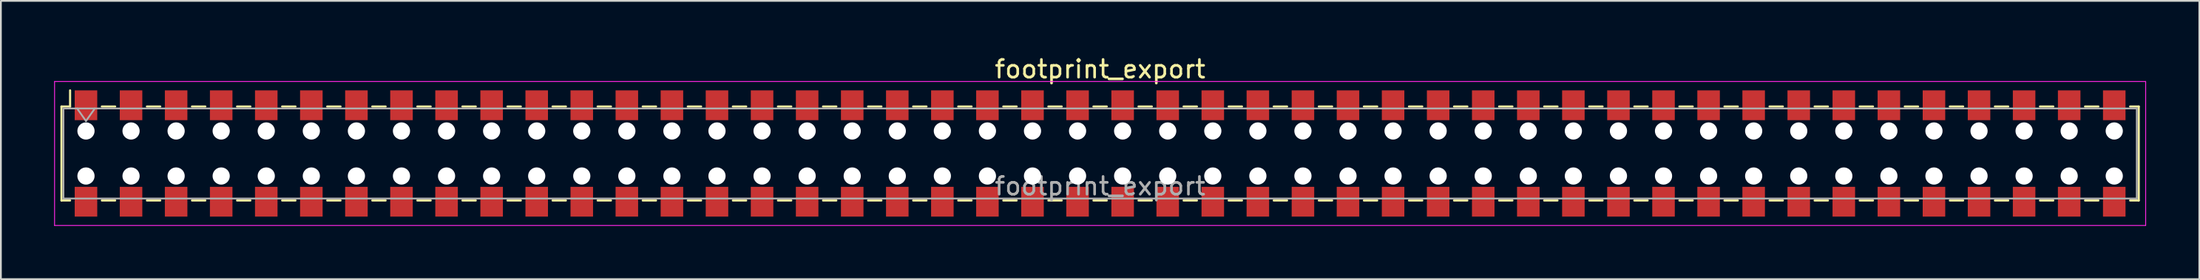
<source format=kicad_pcb>
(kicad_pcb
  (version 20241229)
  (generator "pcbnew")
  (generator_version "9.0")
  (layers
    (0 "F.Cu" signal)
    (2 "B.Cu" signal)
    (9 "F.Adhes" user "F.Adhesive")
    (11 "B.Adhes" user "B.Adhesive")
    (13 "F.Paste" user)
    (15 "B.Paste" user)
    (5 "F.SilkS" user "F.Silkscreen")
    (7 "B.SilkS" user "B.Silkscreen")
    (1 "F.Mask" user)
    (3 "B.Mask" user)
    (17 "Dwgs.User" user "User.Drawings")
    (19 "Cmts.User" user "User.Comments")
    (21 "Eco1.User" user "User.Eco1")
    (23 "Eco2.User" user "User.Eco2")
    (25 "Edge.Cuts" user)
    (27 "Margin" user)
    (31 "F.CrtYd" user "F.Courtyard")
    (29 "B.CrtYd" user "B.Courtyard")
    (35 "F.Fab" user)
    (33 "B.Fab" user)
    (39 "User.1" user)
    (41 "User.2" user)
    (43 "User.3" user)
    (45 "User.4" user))
  (footprint "footprint_export"
    (layer "F.Cu")
    (at 58.945 5.608)
    (property "Reference" "footprint_export" (at 0 -4.76 0) (layer "F.SilkS") (effects (font (size 1 1) (thickness 0.15))))
    (attr smd)
    (fp_line (start -58.53 -2.65) (end -58.53 2.65) (stroke (width 0.12) (type solid)) (layer "F.SilkS"))
    (fp_line (start -58.53 2.65) (end -58.045 2.65) (stroke (width 0.12) (type solid)) (layer "F.SilkS"))
    (fp_line (start -58.045 -3.56) (end -58.045 -2.65) (stroke (width 0.12) (type solid)) (layer "F.SilkS"))
    (fp_line (start -58.045 -2.65) (end -58.53 -2.65) (stroke (width 0.12) (type solid)) (layer "F.SilkS"))
    (fp_line (start -56.255 -2.65) (end -55.505 -2.65) (stroke (width 0.12) (type solid)) (layer "F.SilkS"))
    (fp_line (start -56.255 2.65) (end -55.505 2.65) (stroke (width 0.12) (type solid)) (layer "F.SilkS"))
    (fp_line (start -53.715 -2.65) (end -52.965 -2.65) (stroke (width 0.12) (type solid)) (layer "F.SilkS"))
    (fp_line (start -53.715 2.65) (end -52.965 2.65) (stroke (width 0.12) (type solid)) (layer "F.SilkS"))
    (fp_line (start -51.175 -2.65) (end -50.425 -2.65) (stroke (width 0.12) (type solid)) (layer "F.SilkS"))
    (fp_line (start -51.175 2.65) (end -50.425 2.65) (stroke (width 0.12) (type solid)) (layer "F.SilkS"))
    (fp_line (start -48.635 -2.65) (end -47.885 -2.65) (stroke (width 0.12) (type solid)) (layer "F.SilkS"))
    (fp_line (start -48.635 2.65) (end -47.885 2.65) (stroke (width 0.12) (type solid)) (layer "F.SilkS"))
    (fp_line (start -46.095 -2.65) (end -45.345 -2.65) (stroke (width 0.12) (type solid)) (layer "F.SilkS"))
    (fp_line (start -46.095 2.65) (end -45.345 2.65) (stroke (width 0.12) (type solid)) (layer "F.SilkS"))
    (fp_line (start -43.555 -2.65) (end -42.805 -2.65) (stroke (width 0.12) (type solid)) (layer "F.SilkS"))
    (fp_line (start -43.555 2.65) (end -42.805 2.65) (stroke (width 0.12) (type solid)) (layer "F.SilkS"))
    (fp_line (start -41.015 -2.65) (end -40.265 -2.65) (stroke (width 0.12) (type solid)) (layer "F.SilkS"))
    (fp_line (start -41.015 2.65) (end -40.265 2.65) (stroke (width 0.12) (type solid)) (layer "F.SilkS"))
    (fp_line (start -38.475 -2.65) (end -37.725 -2.65) (stroke (width 0.12) (type solid)) (layer "F.SilkS"))
    (fp_line (start -38.475 2.65) (end -37.725 2.65) (stroke (width 0.12) (type solid)) (layer "F.SilkS"))
    (fp_line (start -35.935 -2.65) (end -35.185 -2.65) (stroke (width 0.12) (type solid)) (layer "F.SilkS"))
    (fp_line (start -35.935 2.65) (end -35.185 2.65) (stroke (width 0.12) (type solid)) (layer "F.SilkS"))
    (fp_line (start -33.395 -2.65) (end -32.645 -2.65) (stroke (width 0.12) (type solid)) (layer "F.SilkS"))
    (fp_line (start -33.395 2.65) (end -32.645 2.65) (stroke (width 0.12) (type solid)) (layer "F.SilkS"))
    (fp_line (start -30.855 -2.65) (end -30.105 -2.65) (stroke (width 0.12) (type solid)) (layer "F.SilkS"))
    (fp_line (start -30.855 2.65) (end -30.105 2.65) (stroke (width 0.12) (type solid)) (layer "F.SilkS"))
    (fp_line (start -28.315 -2.65) (end -27.565 -2.65) (stroke (width 0.12) (type solid)) (layer "F.SilkS"))
    (fp_line (start -28.315 2.65) (end -27.565 2.65) (stroke (width 0.12) (type solid)) (layer "F.SilkS"))
    (fp_line (start -25.775 -2.65) (end -25.025 -2.65) (stroke (width 0.12) (type solid)) (layer "F.SilkS"))
    (fp_line (start -25.775 2.65) (end -25.025 2.65) (stroke (width 0.12) (type solid)) (layer "F.SilkS"))
    (fp_line (start -23.235 -2.65) (end -22.485 -2.65) (stroke (width 0.12) (type solid)) (layer "F.SilkS"))
    (fp_line (start -23.235 2.65) (end -22.485 2.65) (stroke (width 0.12) (type solid)) (layer "F.SilkS"))
    (fp_line (start -20.695 -2.65) (end -19.945 -2.65) (stroke (width 0.12) (type solid)) (layer "F.SilkS"))
    (fp_line (start -20.695 2.65) (end -19.945 2.65) (stroke (width 0.12) (type solid)) (layer "F.SilkS"))
    (fp_line (start -18.155 -2.65) (end -17.405 -2.65) (stroke (width 0.12) (type solid)) (layer "F.SilkS"))
    (fp_line (start -18.155 2.65) (end -17.405 2.65) (stroke (width 0.12) (type solid)) (layer "F.SilkS"))
    (fp_line (start -15.615 -2.65) (end -14.865 -2.65) (stroke (width 0.12) (type solid)) (layer "F.SilkS"))
    (fp_line (start -15.615 2.65) (end -14.865 2.65) (stroke (width 0.12) (type solid)) (layer "F.SilkS"))
    (fp_line (start -13.075 -2.65) (end -12.325 -2.65) (stroke (width 0.12) (type solid)) (layer "F.SilkS"))
    (fp_line (start -13.075 2.65) (end -12.325 2.65) (stroke (width 0.12) (type solid)) (layer "F.SilkS"))
    (fp_line (start -10.535 -2.65) (end -9.785 -2.65) (stroke (width 0.12) (type solid)) (layer "F.SilkS"))
    (fp_line (start -10.535 2.65) (end -9.785 2.65) (stroke (width 0.12) (type solid)) (layer "F.SilkS"))
    (fp_line (start -7.995 -2.65) (end -7.245 -2.65) (stroke (width 0.12) (type solid)) (layer "F.SilkS"))
    (fp_line (start -7.995 2.65) (end -7.245 2.65) (stroke (width 0.12) (type solid)) (layer "F.SilkS"))
    (fp_line (start -5.455 -2.65) (end -4.705 -2.65) (stroke (width 0.12) (type solid)) (layer "F.SilkS"))
    (fp_line (start -5.455 2.65) (end -4.705 2.65) (stroke (width 0.12) (type solid)) (layer "F.SilkS"))
    (fp_line (start -2.915 -2.65) (end -2.165 -2.65) (stroke (width 0.12) (type solid)) (layer "F.SilkS"))
    (fp_line (start -2.915 2.65) (end -2.165 2.65) (stroke (width 0.12) (type solid)) (layer "F.SilkS"))
    (fp_line (start -0.375 -2.65) (end 0.375 -2.65) (stroke (width 0.12) (type solid)) (layer "F.SilkS"))
    (fp_line (start -0.375 2.65) (end 0.375 2.65) (stroke (width 0.12) (type solid)) (layer "F.SilkS"))
    (fp_line (start 2.165 -2.65) (end 2.915 -2.65) (stroke (width 0.12) (type solid)) (layer "F.SilkS"))
    (fp_line (start 2.165 2.65) (end 2.915 2.65) (stroke (width 0.12) (type solid)) (layer "F.SilkS"))
    (fp_line (start 4.705 -2.65) (end 5.455 -2.65) (stroke (width 0.12) (type solid)) (layer "F.SilkS"))
    (fp_line (start 4.705 2.65) (end 5.455 2.65) (stroke (width 0.12) (type solid)) (layer "F.SilkS"))
    (fp_line (start 7.245 -2.65) (end 7.995 -2.65) (stroke (width 0.12) (type solid)) (layer "F.SilkS"))
    (fp_line (start 7.245 2.65) (end 7.995 2.65) (stroke (width 0.12) (type solid)) (layer "F.SilkS"))
    (fp_line (start 9.785 -2.65) (end 10.535 -2.65) (stroke (width 0.12) (type solid)) (layer "F.SilkS"))
    (fp_line (start 9.785 2.65) (end 10.535 2.65) (stroke (width 0.12) (type solid)) (layer "F.SilkS"))
    (fp_line (start 12.325 -2.65) (end 13.075 -2.65) (stroke (width 0.12) (type solid)) (layer "F.SilkS"))
    (fp_line (start 12.325 2.65) (end 13.075 2.65) (stroke (width 0.12) (type solid)) (layer "F.SilkS"))
    (fp_line (start 14.865 -2.65) (end 15.615 -2.65) (stroke (width 0.12) (type solid)) (layer "F.SilkS"))
    (fp_line (start 14.865 2.65) (end 15.615 2.65) (stroke (width 0.12) (type solid)) (layer "F.SilkS"))
    (fp_line (start 17.405 -2.65) (end 18.155 -2.65) (stroke (width 0.12) (type solid)) (layer "F.SilkS"))
    (fp_line (start 17.405 2.65) (end 18.155 2.65) (stroke (width 0.12) (type solid)) (layer "F.SilkS"))
    (fp_line (start 19.945 -2.65) (end 20.695 -2.65) (stroke (width 0.12) (type solid)) (layer "F.SilkS"))
    (fp_line (start 19.945 2.65) (end 20.695 2.65) (stroke (width 0.12) (type solid)) (layer "F.SilkS"))
    (fp_line (start 22.485 -2.65) (end 23.235 -2.65) (stroke (width 0.12) (type solid)) (layer "F.SilkS"))
    (fp_line (start 22.485 2.65) (end 23.235 2.65) (stroke (width 0.12) (type solid)) (layer "F.SilkS"))
    (fp_line (start 25.025 -2.65) (end 25.775 -2.65) (stroke (width 0.12) (type solid)) (layer "F.SilkS"))
    (fp_line (start 25.025 2.65) (end 25.775 2.65) (stroke (width 0.12) (type solid)) (layer "F.SilkS"))
    (fp_line (start 27.565 -2.65) (end 28.315 -2.65) (stroke (width 0.12) (type solid)) (layer "F.SilkS"))
    (fp_line (start 27.565 2.65) (end 28.315 2.65) (stroke (width 0.12) (type solid)) (layer "F.SilkS"))
    (fp_line (start 30.105 -2.65) (end 30.855 -2.65) (stroke (width 0.12) (type solid)) (layer "F.SilkS"))
    (fp_line (start 30.105 2.65) (end 30.855 2.65) (stroke (width 0.12) (type solid)) (layer "F.SilkS"))
    (fp_line (start 32.645 -2.65) (end 33.395 -2.65) (stroke (width 0.12) (type solid)) (layer "F.SilkS"))
    (fp_line (start 32.645 2.65) (end 33.395 2.65) (stroke (width 0.12) (type solid)) (layer "F.SilkS"))
    (fp_line (start 35.185 -2.65) (end 35.935 -2.65) (stroke (width 0.12) (type solid)) (layer "F.SilkS"))
    (fp_line (start 35.185 2.65) (end 35.935 2.65) (stroke (width 0.12) (type solid)) (layer "F.SilkS"))
    (fp_line (start 37.725 -2.65) (end 38.475 -2.65) (stroke (width 0.12) (type solid)) (layer "F.SilkS"))
    (fp_line (start 37.725 2.65) (end 38.475 2.65) (stroke (width 0.12) (type solid)) (layer "F.SilkS"))
    (fp_line (start 40.265 -2.65) (end 41.015 -2.65) (stroke (width 0.12) (type solid)) (layer "F.SilkS"))
    (fp_line (start 40.265 2.65) (end 41.015 2.65) (stroke (width 0.12) (type solid)) (layer "F.SilkS"))
    (fp_line (start 42.805 -2.65) (end 43.555 -2.65) (stroke (width 0.12) (type solid)) (layer "F.SilkS"))
    (fp_line (start 42.805 2.65) (end 43.555 2.65) (stroke (width 0.12) (type solid)) (layer "F.SilkS"))
    (fp_line (start 45.345 -2.65) (end 46.095 -2.65) (stroke (width 0.12) (type solid)) (layer "F.SilkS"))
    (fp_line (start 45.345 2.65) (end 46.095 2.65) (stroke (width 0.12) (type solid)) (layer "F.SilkS"))
    (fp_line (start 47.885 -2.65) (end 48.635 -2.65) (stroke (width 0.12) (type solid)) (layer "F.SilkS"))
    (fp_line (start 47.885 2.65) (end 48.635 2.65) (stroke (width 0.12) (type solid)) (layer "F.SilkS"))
    (fp_line (start 50.425 -2.65) (end 51.175 -2.65) (stroke (width 0.12) (type solid)) (layer "F.SilkS"))
    (fp_line (start 50.425 2.65) (end 51.175 2.65) (stroke (width 0.12) (type solid)) (layer "F.SilkS"))
    (fp_line (start 52.965 -2.65) (end 53.715 -2.65) (stroke (width 0.12) (type solid)) (layer "F.SilkS"))
    (fp_line (start 52.965 2.65) (end 53.715 2.65) (stroke (width 0.12) (type solid)) (layer "F.SilkS"))
    (fp_line (start 55.505 -2.65) (end 56.255 -2.65) (stroke (width 0.12) (type solid)) (layer "F.SilkS"))
    (fp_line (start 55.505 2.65) (end 56.255 2.65) (stroke (width 0.12) (type solid)) (layer "F.SilkS"))
    (fp_line (start 58.045 -2.65) (end 58.53 -2.65) (stroke (width 0.12) (type solid)) (layer "F.SilkS"))
    (fp_line (start 58.53 -2.65) (end 58.53 2.65) (stroke (width 0.12) (type solid)) (layer "F.SilkS"))
    (fp_line (start 58.53 2.65) (end 58.045 2.65) (stroke (width 0.12) (type solid)) (layer "F.SilkS"))
    (fp_line (start -58.92 -4.06) (end 58.92 -4.06) (stroke (width 0.05) (type solid)) (layer "F.CrtYd"))
    (fp_line (start -58.92 4.06) (end -58.92 -4.06) (stroke (width 0.05) (type solid)) (layer "F.CrtYd"))
    (fp_line (start 58.92 -4.06) (end 58.92 4.06) (stroke (width 0.05) (type solid)) (layer "F.CrtYd"))
    (fp_line (start 58.92 4.06) (end -58.92 4.06) (stroke (width 0.05) (type solid)) (layer "F.CrtYd"))
    (fp_line (start -58.42 -2.54) (end 58.42 -2.54) (stroke (width 0.1) (type solid)) (layer "F.Fab"))
    (fp_line (start -58.42 2.54) (end -58.42 -2.54) (stroke (width 0.1) (type solid)) (layer "F.Fab"))
    (fp_line (start -57.65 -2.54) (end -57.15 -1.833) (stroke (width 0.1) (type solid)) (layer "F.Fab"))
    (fp_line (start -57.15 -1.833) (end -56.65 -2.54) (stroke (width 0.1) (type solid)) (layer "F.Fab"))
    (fp_line (start 58.42 -2.54) (end 58.42 2.54) (stroke (width 0.1) (type solid)) (layer "F.Fab"))
    (fp_line (start 58.42 2.54) (end -58.42 2.54) (stroke (width 0.1) (type solid)) (layer "F.Fab"))
    (fp_text user "${REFERENCE}" (at 0 1.84 0) (layer "F.Fab") (effects (font (size 1 1) (thickness 0.15))))
    (pad "" np_thru_hole circle (at -57.15 -1.27) (size 0.97 0.97) (drill 0.97) (layers "*.Cu" "*.Mask"))
    (pad "" np_thru_hole circle (at -57.15 1.27) (size 0.97 0.97) (drill 0.97) (layers "*.Cu" "*.Mask"))
    (pad "" np_thru_hole circle (at -54.61 -1.27) (size 0.97 0.97) (drill 0.97) (layers "*.Cu" "*.Mask"))
    (pad "" np_thru_hole circle (at -54.61 1.27) (size 0.97 0.97) (drill 0.97) (layers "*.Cu" "*.Mask"))
    (pad "" np_thru_hole circle (at -52.07 -1.27) (size 0.97 0.97) (drill 0.97) (layers "*.Cu" "*.Mask"))
    (pad "" np_thru_hole circle (at -52.07 1.27) (size 0.97 0.97) (drill 0.97) (layers "*.Cu" "*.Mask"))
    (pad "" np_thru_hole circle (at -49.53 -1.27) (size 0.97 0.97) (drill 0.97) (layers "*.Cu" "*.Mask"))
    (pad "" np_thru_hole circle (at -49.53 1.27) (size 0.97 0.97) (drill 0.97) (layers "*.Cu" "*.Mask"))
    (pad "" np_thru_hole circle (at -46.99 -1.27) (size 0.97 0.97) (drill 0.97) (layers "*.Cu" "*.Mask"))
    (pad "" np_thru_hole circle (at -46.99 1.27) (size 0.97 0.97) (drill 0.97) (layers "*.Cu" "*.Mask"))
    (pad "" np_thru_hole circle (at -44.45 -1.27) (size 0.97 0.97) (drill 0.97) (layers "*.Cu" "*.Mask"))
    (pad "" np_thru_hole circle (at -44.45 1.27) (size 0.97 0.97) (drill 0.97) (layers "*.Cu" "*.Mask"))
    (pad "" np_thru_hole circle (at -41.91 -1.27) (size 0.97 0.97) (drill 0.97) (layers "*.Cu" "*.Mask"))
    (pad "" np_thru_hole circle (at -41.91 1.27) (size 0.97 0.97) (drill 0.97) (layers "*.Cu" "*.Mask"))
    (pad "" np_thru_hole circle (at -39.37 -1.27) (size 0.97 0.97) (drill 0.97) (layers "*.Cu" "*.Mask"))
    (pad "" np_thru_hole circle (at -39.37 1.27) (size 0.97 0.97) (drill 0.97) (layers "*.Cu" "*.Mask"))
    (pad "" np_thru_hole circle (at -36.83 -1.27) (size 0.97 0.97) (drill 0.97) (layers "*.Cu" "*.Mask"))
    (pad "" np_thru_hole circle (at -36.83 1.27) (size 0.97 0.97) (drill 0.97) (layers "*.Cu" "*.Mask"))
    (pad "" np_thru_hole circle (at -34.29 -1.27) (size 0.97 0.97) (drill 0.97) (layers "*.Cu" "*.Mask"))
    (pad "" np_thru_hole circle (at -34.29 1.27) (size 0.97 0.97) (drill 0.97) (layers "*.Cu" "*.Mask"))
    (pad "" np_thru_hole circle (at -31.75 -1.27) (size 0.97 0.97) (drill 0.97) (layers "*.Cu" "*.Mask"))
    (pad "" np_thru_hole circle (at -31.75 1.27) (size 0.97 0.97) (drill 0.97) (layers "*.Cu" "*.Mask"))
    (pad "" np_thru_hole circle (at -29.21 -1.27) (size 0.97 0.97) (drill 0.97) (layers "*.Cu" "*.Mask"))
    (pad "" np_thru_hole circle (at -29.21 1.27) (size 0.97 0.97) (drill 0.97) (layers "*.Cu" "*.Mask"))
    (pad "" np_thru_hole circle (at -26.67 -1.27) (size 0.97 0.97) (drill 0.97) (layers "*.Cu" "*.Mask"))
    (pad "" np_thru_hole circle (at -26.67 1.27) (size 0.97 0.97) (drill 0.97) (layers "*.Cu" "*.Mask"))
    (pad "" np_thru_hole circle (at -24.13 -1.27) (size 0.97 0.97) (drill 0.97) (layers "*.Cu" "*.Mask"))
    (pad "" np_thru_hole circle (at -24.13 1.27) (size 0.97 0.97) (drill 0.97) (layers "*.Cu" "*.Mask"))
    (pad "" np_thru_hole circle (at -21.59 -1.27) (size 0.97 0.97) (drill 0.97) (layers "*.Cu" "*.Mask"))
    (pad "" np_thru_hole circle (at -21.59 1.27) (size 0.97 0.97) (drill 0.97) (layers "*.Cu" "*.Mask"))
    (pad "" np_thru_hole circle (at -19.05 -1.27) (size 0.97 0.97) (drill 0.97) (layers "*.Cu" "*.Mask"))
    (pad "" np_thru_hole circle (at -19.05 1.27) (size 0.97 0.97) (drill 0.97) (layers "*.Cu" "*.Mask"))
    (pad "" np_thru_hole circle (at -16.51 -1.27) (size 0.97 0.97) (drill 0.97) (layers "*.Cu" "*.Mask"))
    (pad "" np_thru_hole circle (at -16.51 1.27) (size 0.97 0.97) (drill 0.97) (layers "*.Cu" "*.Mask"))
    (pad "" np_thru_hole circle (at -13.97 -1.27) (size 0.97 0.97) (drill 0.97) (layers "*.Cu" "*.Mask"))
    (pad "" np_thru_hole circle (at -13.97 1.27) (size 0.97 0.97) (drill 0.97) (layers "*.Cu" "*.Mask"))
    (pad "" np_thru_hole circle (at -11.43 -1.27) (size 0.97 0.97) (drill 0.97) (layers "*.Cu" "*.Mask"))
    (pad "" np_thru_hole circle (at -11.43 1.27) (size 0.97 0.97) (drill 0.97) (layers "*.Cu" "*.Mask"))
    (pad "" np_thru_hole circle (at -8.89 -1.27) (size 0.97 0.97) (drill 0.97) (layers "*.Cu" "*.Mask"))
    (pad "" np_thru_hole circle (at -8.89 1.27) (size 0.97 0.97) (drill 0.97) (layers "*.Cu" "*.Mask"))
    (pad "" np_thru_hole circle (at -6.35 -1.27) (size 0.97 0.97) (drill 0.97) (layers "*.Cu" "*.Mask"))
    (pad "" np_thru_hole circle (at -6.35 1.27) (size 0.97 0.97) (drill 0.97) (layers "*.Cu" "*.Mask"))
    (pad "" np_thru_hole circle (at -3.81 -1.27) (size 0.97 0.97) (drill 0.97) (layers "*.Cu" "*.Mask"))
    (pad "" np_thru_hole circle (at -3.81 1.27) (size 0.97 0.97) (drill 0.97) (layers "*.Cu" "*.Mask"))
    (pad "" np_thru_hole circle (at -1.27 -1.27) (size 0.97 0.97) (drill 0.97) (layers "*.Cu" "*.Mask"))
    (pad "" np_thru_hole circle (at -1.27 1.27) (size 0.97 0.97) (drill 0.97) (layers "*.Cu" "*.Mask"))
    (pad "" np_thru_hole circle (at 1.27 -1.27) (size 0.97 0.97) (drill 0.97) (layers "*.Cu" "*.Mask"))
    (pad "" np_thru_hole circle (at 1.27 1.27) (size 0.97 0.97) (drill 0.97) (layers "*.Cu" "*.Mask"))
    (pad "" np_thru_hole circle (at 3.81 -1.27) (size 0.97 0.97) (drill 0.97) (layers "*.Cu" "*.Mask"))
    (pad "" np_thru_hole circle (at 3.81 1.27) (size 0.97 0.97) (drill 0.97) (layers "*.Cu" "*.Mask"))
    (pad "" np_thru_hole circle (at 6.35 -1.27) (size 0.97 0.97) (drill 0.97) (layers "*.Cu" "*.Mask"))
    (pad "" np_thru_hole circle (at 6.35 1.27) (size 0.97 0.97) (drill 0.97) (layers "*.Cu" "*.Mask"))
    (pad "" np_thru_hole circle (at 8.89 -1.27) (size 0.97 0.97) (drill 0.97) (layers "*.Cu" "*.Mask"))
    (pad "" np_thru_hole circle (at 8.89 1.27) (size 0.97 0.97) (drill 0.97) (layers "*.Cu" "*.Mask"))
    (pad "" np_thru_hole circle (at 11.43 -1.27) (size 0.97 0.97) (drill 0.97) (layers "*.Cu" "*.Mask"))
    (pad "" np_thru_hole circle (at 11.43 1.27) (size 0.97 0.97) (drill 0.97) (layers "*.Cu" "*.Mask"))
    (pad "" np_thru_hole circle (at 13.97 -1.27) (size 0.97 0.97) (drill 0.97) (layers "*.Cu" "*.Mask"))
    (pad "" np_thru_hole circle (at 13.97 1.27) (size 0.97 0.97) (drill 0.97) (layers "*.Cu" "*.Mask"))
    (pad "" np_thru_hole circle (at 16.51 -1.27) (size 0.97 0.97) (drill 0.97) (layers "*.Cu" "*.Mask"))
    (pad "" np_thru_hole circle (at 16.51 1.27) (size 0.97 0.97) (drill 0.97) (layers "*.Cu" "*.Mask"))
    (pad "" np_thru_hole circle (at 19.05 -1.27) (size 0.97 0.97) (drill 0.97) (layers "*.Cu" "*.Mask"))
    (pad "" np_thru_hole circle (at 19.05 1.27) (size 0.97 0.97) (drill 0.97) (layers "*.Cu" "*.Mask"))
    (pad "" np_thru_hole circle (at 21.59 -1.27) (size 0.97 0.97) (drill 0.97) (layers "*.Cu" "*.Mask"))
    (pad "" np_thru_hole circle (at 21.59 1.27) (size 0.97 0.97) (drill 0.97) (layers "*.Cu" "*.Mask"))
    (pad "" np_thru_hole circle (at 24.13 -1.27) (size 0.97 0.97) (drill 0.97) (layers "*.Cu" "*.Mask"))
    (pad "" np_thru_hole circle (at 24.13 1.27) (size 0.97 0.97) (drill 0.97) (layers "*.Cu" "*.Mask"))
    (pad "" np_thru_hole circle (at 26.67 -1.27) (size 0.97 0.97) (drill 0.97) (layers "*.Cu" "*.Mask"))
    (pad "" np_thru_hole circle (at 26.67 1.27) (size 0.97 0.97) (drill 0.97) (layers "*.Cu" "*.Mask"))
    (pad "" np_thru_hole circle (at 29.21 -1.27) (size 0.97 0.97) (drill 0.97) (layers "*.Cu" "*.Mask"))
    (pad "" np_thru_hole circle (at 29.21 1.27) (size 0.97 0.97) (drill 0.97) (layers "*.Cu" "*.Mask"))
    (pad "" np_thru_hole circle (at 31.75 -1.27) (size 0.97 0.97) (drill 0.97) (layers "*.Cu" "*.Mask"))
    (pad "" np_thru_hole circle (at 31.75 1.27) (size 0.97 0.97) (drill 0.97) (layers "*.Cu" "*.Mask"))
    (pad "" np_thru_hole circle (at 34.29 -1.27) (size 0.97 0.97) (drill 0.97) (layers "*.Cu" "*.Mask"))
    (pad "" np_thru_hole circle (at 34.29 1.27) (size 0.97 0.97) (drill 0.97) (layers "*.Cu" "*.Mask"))
    (pad "" np_thru_hole circle (at 36.83 -1.27) (size 0.97 0.97) (drill 0.97) (layers "*.Cu" "*.Mask"))
    (pad "" np_thru_hole circle (at 36.83 1.27) (size 0.97 0.97) (drill 0.97) (layers "*.Cu" "*.Mask"))
    (pad "" np_thru_hole circle (at 39.37 -1.27) (size 0.97 0.97) (drill 0.97) (layers "*.Cu" "*.Mask"))
    (pad "" np_thru_hole circle (at 39.37 1.27) (size 0.97 0.97) (drill 0.97) (layers "*.Cu" "*.Mask"))
    (pad "" np_thru_hole circle (at 41.91 -1.27) (size 0.97 0.97) (drill 0.97) (layers "*.Cu" "*.Mask"))
    (pad "" np_thru_hole circle (at 41.91 1.27) (size 0.97 0.97) (drill 0.97) (layers "*.Cu" "*.Mask"))
    (pad "" np_thru_hole circle (at 44.45 -1.27) (size 0.97 0.97) (drill 0.97) (layers "*.Cu" "*.Mask"))
    (pad "" np_thru_hole circle (at 44.45 1.27) (size 0.97 0.97) (drill 0.97) (layers "*.Cu" "*.Mask"))
    (pad "" np_thru_hole circle (at 46.99 -1.27) (size 0.97 0.97) (drill 0.97) (layers "*.Cu" "*.Mask"))
    (pad "" np_thru_hole circle (at 46.99 1.27) (size 0.97 0.97) (drill 0.97) (layers "*.Cu" "*.Mask"))
    (pad "" np_thru_hole circle (at 49.53 -1.27) (size 0.97 0.97) (drill 0.97) (layers "*.Cu" "*.Mask"))
    (pad "" np_thru_hole circle (at 49.53 1.27) (size 0.97 0.97) (drill 0.97) (layers "*.Cu" "*.Mask"))
    (pad "" np_thru_hole circle (at 52.07 -1.27) (size 0.97 0.97) (drill 0.97) (layers "*.Cu" "*.Mask"))
    (pad "" np_thru_hole circle (at 52.07 1.27) (size 0.97 0.97) (drill 0.97) (layers "*.Cu" "*.Mask"))
    (pad "" np_thru_hole circle (at 54.61 -1.27) (size 0.97 0.97) (drill 0.97) (layers "*.Cu" "*.Mask"))
    (pad "" np_thru_hole circle (at 54.61 1.27) (size 0.97 0.97) (drill 0.97) (layers "*.Cu" "*.Mask"))
    (pad "" np_thru_hole circle (at 57.15 -1.27) (size 0.97 0.97) (drill 0.97) (layers "*.Cu" "*.Mask"))
    (pad "" np_thru_hole circle (at 57.15 1.27) (size 0.97 0.97) (drill 0.97) (layers "*.Cu" "*.Mask"))
    (pad "1" smd rect (at -57.15 -2.72) (size 1.27 1.68) (layers "F.Cu" "F.Mask" "F.Paste"))
    (pad "2" smd rect (at -57.15 2.72) (size 1.27 1.68) (layers "F.Cu" "F.Mask" "F.Paste"))
    (pad "3" smd rect (at -54.61 -2.72) (size 1.27 1.68) (layers "F.Cu" "F.Mask" "F.Paste"))
    (pad "4" smd rect (at -54.61 2.72) (size 1.27 1.68) (layers "F.Cu" "F.Mask" "F.Paste"))
    (pad "5" smd rect (at -52.07 -2.72) (size 1.27 1.68) (layers "F.Cu" "F.Mask" "F.Paste"))
    (pad "6" smd rect (at -52.07 2.72) (size 1.27 1.68) (layers "F.Cu" "F.Mask" "F.Paste"))
    (pad "7" smd rect (at -49.53 -2.72) (size 1.27 1.68) (layers "F.Cu" "F.Mask" "F.Paste"))
    (pad "8" smd rect (at -49.53 2.72) (size 1.27 1.68) (layers "F.Cu" "F.Mask" "F.Paste"))
    (pad "9" smd rect (at -46.99 -2.72) (size 1.27 1.68) (layers "F.Cu" "F.Mask" "F.Paste"))
    (pad "10" smd rect (at -46.99 2.72) (size 1.27 1.68) (layers "F.Cu" "F.Mask" "F.Paste"))
    (pad "11" smd rect (at -44.45 -2.72) (size 1.27 1.68) (layers "F.Cu" "F.Mask" "F.Paste"))
    (pad "12" smd rect (at -44.45 2.72) (size 1.27 1.68) (layers "F.Cu" "F.Mask" "F.Paste"))
    (pad "13" smd rect (at -41.91 -2.72) (size 1.27 1.68) (layers "F.Cu" "F.Mask" "F.Paste"))
    (pad "14" smd rect (at -41.91 2.72) (size 1.27 1.68) (layers "F.Cu" "F.Mask" "F.Paste"))
    (pad "15" smd rect (at -39.37 -2.72) (size 1.27 1.68) (layers "F.Cu" "F.Mask" "F.Paste"))
    (pad "16" smd rect (at -39.37 2.72) (size 1.27 1.68) (layers "F.Cu" "F.Mask" "F.Paste"))
    (pad "17" smd rect (at -36.83 -2.72) (size 1.27 1.68) (layers "F.Cu" "F.Mask" "F.Paste"))
    (pad "18" smd rect (at -36.83 2.72) (size 1.27 1.68) (layers "F.Cu" "F.Mask" "F.Paste"))
    (pad "19" smd rect (at -34.29 -2.72) (size 1.27 1.68) (layers "F.Cu" "F.Mask" "F.Paste"))
    (pad "20" smd rect (at -34.29 2.72) (size 1.27 1.68) (layers "F.Cu" "F.Mask" "F.Paste"))
    (pad "21" smd rect (at -31.75 -2.72) (size 1.27 1.68) (layers "F.Cu" "F.Mask" "F.Paste"))
    (pad "22" smd rect (at -31.75 2.72) (size 1.27 1.68) (layers "F.Cu" "F.Mask" "F.Paste"))
    (pad "23" smd rect (at -29.21 -2.72) (size 1.27 1.68) (layers "F.Cu" "F.Mask" "F.Paste"))
    (pad "24" smd rect (at -29.21 2.72) (size 1.27 1.68) (layers "F.Cu" "F.Mask" "F.Paste"))
    (pad "25" smd rect (at -26.67 -2.72) (size 1.27 1.68) (layers "F.Cu" "F.Mask" "F.Paste"))
    (pad "26" smd rect (at -26.67 2.72) (size 1.27 1.68) (layers "F.Cu" "F.Mask" "F.Paste"))
    (pad "27" smd rect (at -24.13 -2.72) (size 1.27 1.68) (layers "F.Cu" "F.Mask" "F.Paste"))
    (pad "28" smd rect (at -24.13 2.72) (size 1.27 1.68) (layers "F.Cu" "F.Mask" "F.Paste"))
    (pad "29" smd rect (at -21.59 -2.72) (size 1.27 1.68) (layers "F.Cu" "F.Mask" "F.Paste"))
    (pad "30" smd rect (at -21.59 2.72) (size 1.27 1.68) (layers "F.Cu" "F.Mask" "F.Paste"))
    (pad "31" smd rect (at -19.05 -2.72) (size 1.27 1.68) (layers "F.Cu" "F.Mask" "F.Paste"))
    (pad "32" smd rect (at -19.05 2.72) (size 1.27 1.68) (layers "F.Cu" "F.Mask" "F.Paste"))
    (pad "33" smd rect (at -16.51 -2.72) (size 1.27 1.68) (layers "F.Cu" "F.Mask" "F.Paste"))
    (pad "34" smd rect (at -16.51 2.72) (size 1.27 1.68) (layers "F.Cu" "F.Mask" "F.Paste"))
    (pad "35" smd rect (at -13.97 -2.72) (size 1.27 1.68) (layers "F.Cu" "F.Mask" "F.Paste"))
    (pad "36" smd rect (at -13.97 2.72) (size 1.27 1.68) (layers "F.Cu" "F.Mask" "F.Paste"))
    (pad "37" smd rect (at -11.43 -2.72) (size 1.27 1.68) (layers "F.Cu" "F.Mask" "F.Paste"))
    (pad "38" smd rect (at -11.43 2.72) (size 1.27 1.68) (layers "F.Cu" "F.Mask" "F.Paste"))
    (pad "39" smd rect (at -8.89 -2.72) (size 1.27 1.68) (layers "F.Cu" "F.Mask" "F.Paste"))
    (pad "40" smd rect (at -8.89 2.72) (size 1.27 1.68) (layers "F.Cu" "F.Mask" "F.Paste"))
    (pad "41" smd rect (at -6.35 -2.72) (size 1.27 1.68) (layers "F.Cu" "F.Mask" "F.Paste"))
    (pad "42" smd rect (at -6.35 2.72) (size 1.27 1.68) (layers "F.Cu" "F.Mask" "F.Paste"))
    (pad "43" smd rect (at -3.81 -2.72) (size 1.27 1.68) (layers "F.Cu" "F.Mask" "F.Paste"))
    (pad "44" smd rect (at -3.81 2.72) (size 1.27 1.68) (layers "F.Cu" "F.Mask" "F.Paste"))
    (pad "45" smd rect (at -1.27 -2.72) (size 1.27 1.68) (layers "F.Cu" "F.Mask" "F.Paste"))
    (pad "46" smd rect (at -1.27 2.72) (size 1.27 1.68) (layers "F.Cu" "F.Mask" "F.Paste"))
    (pad "47" smd rect (at 1.27 -2.72) (size 1.27 1.68) (layers "F.Cu" "F.Mask" "F.Paste"))
    (pad "48" smd rect (at 1.27 2.72) (size 1.27 1.68) (layers "F.Cu" "F.Mask" "F.Paste"))
    (pad "49" smd rect (at 3.81 -2.72) (size 1.27 1.68) (layers "F.Cu" "F.Mask" "F.Paste"))
    (pad "50" smd rect (at 3.81 2.72) (size 1.27 1.68) (layers "F.Cu" "F.Mask" "F.Paste"))
    (pad "51" smd rect (at 6.35 -2.72) (size 1.27 1.68) (layers "F.Cu" "F.Mask" "F.Paste"))
    (pad "52" smd rect (at 6.35 2.72) (size 1.27 1.68) (layers "F.Cu" "F.Mask" "F.Paste"))
    (pad "53" smd rect (at 8.89 -2.72) (size 1.27 1.68) (layers "F.Cu" "F.Mask" "F.Paste"))
    (pad "54" smd rect (at 8.89 2.72) (size 1.27 1.68) (layers "F.Cu" "F.Mask" "F.Paste"))
    (pad "55" smd rect (at 11.43 -2.72) (size 1.27 1.68) (layers "F.Cu" "F.Mask" "F.Paste"))
    (pad "56" smd rect (at 11.43 2.72) (size 1.27 1.68) (layers "F.Cu" "F.Mask" "F.Paste"))
    (pad "57" smd rect (at 13.97 -2.72) (size 1.27 1.68) (layers "F.Cu" "F.Mask" "F.Paste"))
    (pad "58" smd rect (at 13.97 2.72) (size 1.27 1.68) (layers "F.Cu" "F.Mask" "F.Paste"))
    (pad "59" smd rect (at 16.51 -2.72) (size 1.27 1.68) (layers "F.Cu" "F.Mask" "F.Paste"))
    (pad "60" smd rect (at 16.51 2.72) (size 1.27 1.68) (layers "F.Cu" "F.Mask" "F.Paste"))
    (pad "61" smd rect (at 19.05 -2.72) (size 1.27 1.68) (layers "F.Cu" "F.Mask" "F.Paste"))
    (pad "62" smd rect (at 19.05 2.72) (size 1.27 1.68) (layers "F.Cu" "F.Mask" "F.Paste"))
    (pad "63" smd rect (at 21.59 -2.72) (size 1.27 1.68) (layers "F.Cu" "F.Mask" "F.Paste"))
    (pad "64" smd rect (at 21.59 2.72) (size 1.27 1.68) (layers "F.Cu" "F.Mask" "F.Paste"))
    (pad "65" smd rect (at 24.13 -2.72) (size 1.27 1.68) (layers "F.Cu" "F.Mask" "F.Paste"))
    (pad "66" smd rect (at 24.13 2.72) (size 1.27 1.68) (layers "F.Cu" "F.Mask" "F.Paste"))
    (pad "67" smd rect (at 26.67 -2.72) (size 1.27 1.68) (layers "F.Cu" "F.Mask" "F.Paste"))
    (pad "68" smd rect (at 26.67 2.72) (size 1.27 1.68) (layers "F.Cu" "F.Mask" "F.Paste"))
    (pad "69" smd rect (at 29.21 -2.72) (size 1.27 1.68) (layers "F.Cu" "F.Mask" "F.Paste"))
    (pad "70" smd rect (at 29.21 2.72) (size 1.27 1.68) (layers "F.Cu" "F.Mask" "F.Paste"))
    (pad "71" smd rect (at 31.75 -2.72) (size 1.27 1.68) (layers "F.Cu" "F.Mask" "F.Paste"))
    (pad "72" smd rect (at 31.75 2.72) (size 1.27 1.68) (layers "F.Cu" "F.Mask" "F.Paste"))
    (pad "73" smd rect (at 34.29 -2.72) (size 1.27 1.68) (layers "F.Cu" "F.Mask" "F.Paste"))
    (pad "74" smd rect (at 34.29 2.72) (size 1.27 1.68) (layers "F.Cu" "F.Mask" "F.Paste"))
    (pad "75" smd rect (at 36.83 -2.72) (size 1.27 1.68) (layers "F.Cu" "F.Mask" "F.Paste"))
    (pad "76" smd rect (at 36.83 2.72) (size 1.27 1.68) (layers "F.Cu" "F.Mask" "F.Paste"))
    (pad "77" smd rect (at 39.37 -2.72) (size 1.27 1.68) (layers "F.Cu" "F.Mask" "F.Paste"))
    (pad "78" smd rect (at 39.37 2.72) (size 1.27 1.68) (layers "F.Cu" "F.Mask" "F.Paste"))
    (pad "79" smd rect (at 41.91 -2.72) (size 1.27 1.68) (layers "F.Cu" "F.Mask" "F.Paste"))
    (pad "80" smd rect (at 41.91 2.72) (size 1.27 1.68) (layers "F.Cu" "F.Mask" "F.Paste"))
    (pad "81" smd rect (at 44.45 -2.72) (size 1.27 1.68) (layers "F.Cu" "F.Mask" "F.Paste"))
    (pad "82" smd rect (at 44.45 2.72) (size 1.27 1.68) (layers "F.Cu" "F.Mask" "F.Paste"))
    (pad "83" smd rect (at 46.99 -2.72) (size 1.27 1.68) (layers "F.Cu" "F.Mask" "F.Paste"))
    (pad "84" smd rect (at 46.99 2.72) (size 1.27 1.68) (layers "F.Cu" "F.Mask" "F.Paste"))
    (pad "85" smd rect (at 49.53 -2.72) (size 1.27 1.68) (layers "F.Cu" "F.Mask" "F.Paste"))
    (pad "86" smd rect (at 49.53 2.72) (size 1.27 1.68) (layers "F.Cu" "F.Mask" "F.Paste"))
    (pad "87" smd rect (at 52.07 -2.72) (size 1.27 1.68) (layers "F.Cu" "F.Mask" "F.Paste"))
    (pad "88" smd rect (at 52.07 2.72) (size 1.27 1.68) (layers "F.Cu" "F.Mask" "F.Paste"))
    (pad "89" smd rect (at 54.61 -2.72) (size 1.27 1.68) (layers "F.Cu" "F.Mask" "F.Paste"))
    (pad "90" smd rect (at 54.61 2.72) (size 1.27 1.68) (layers "F.Cu" "F.Mask" "F.Paste"))
    (pad "91" smd rect (at 57.15 -2.72) (size 1.27 1.68) (layers "F.Cu" "F.Mask" "F.Paste"))
    (pad "92" smd rect (at 57.15 2.72) (size 1.27 1.68) (layers "F.Cu" "F.Mask" "F.Paste")))
  (gr_rect
    (start -3 -3)
    (end 120.89 12.693)
    (stroke (width 0.1) (type default))
    (fill no)
    (layer "Edge.Cuts")))
</source>
